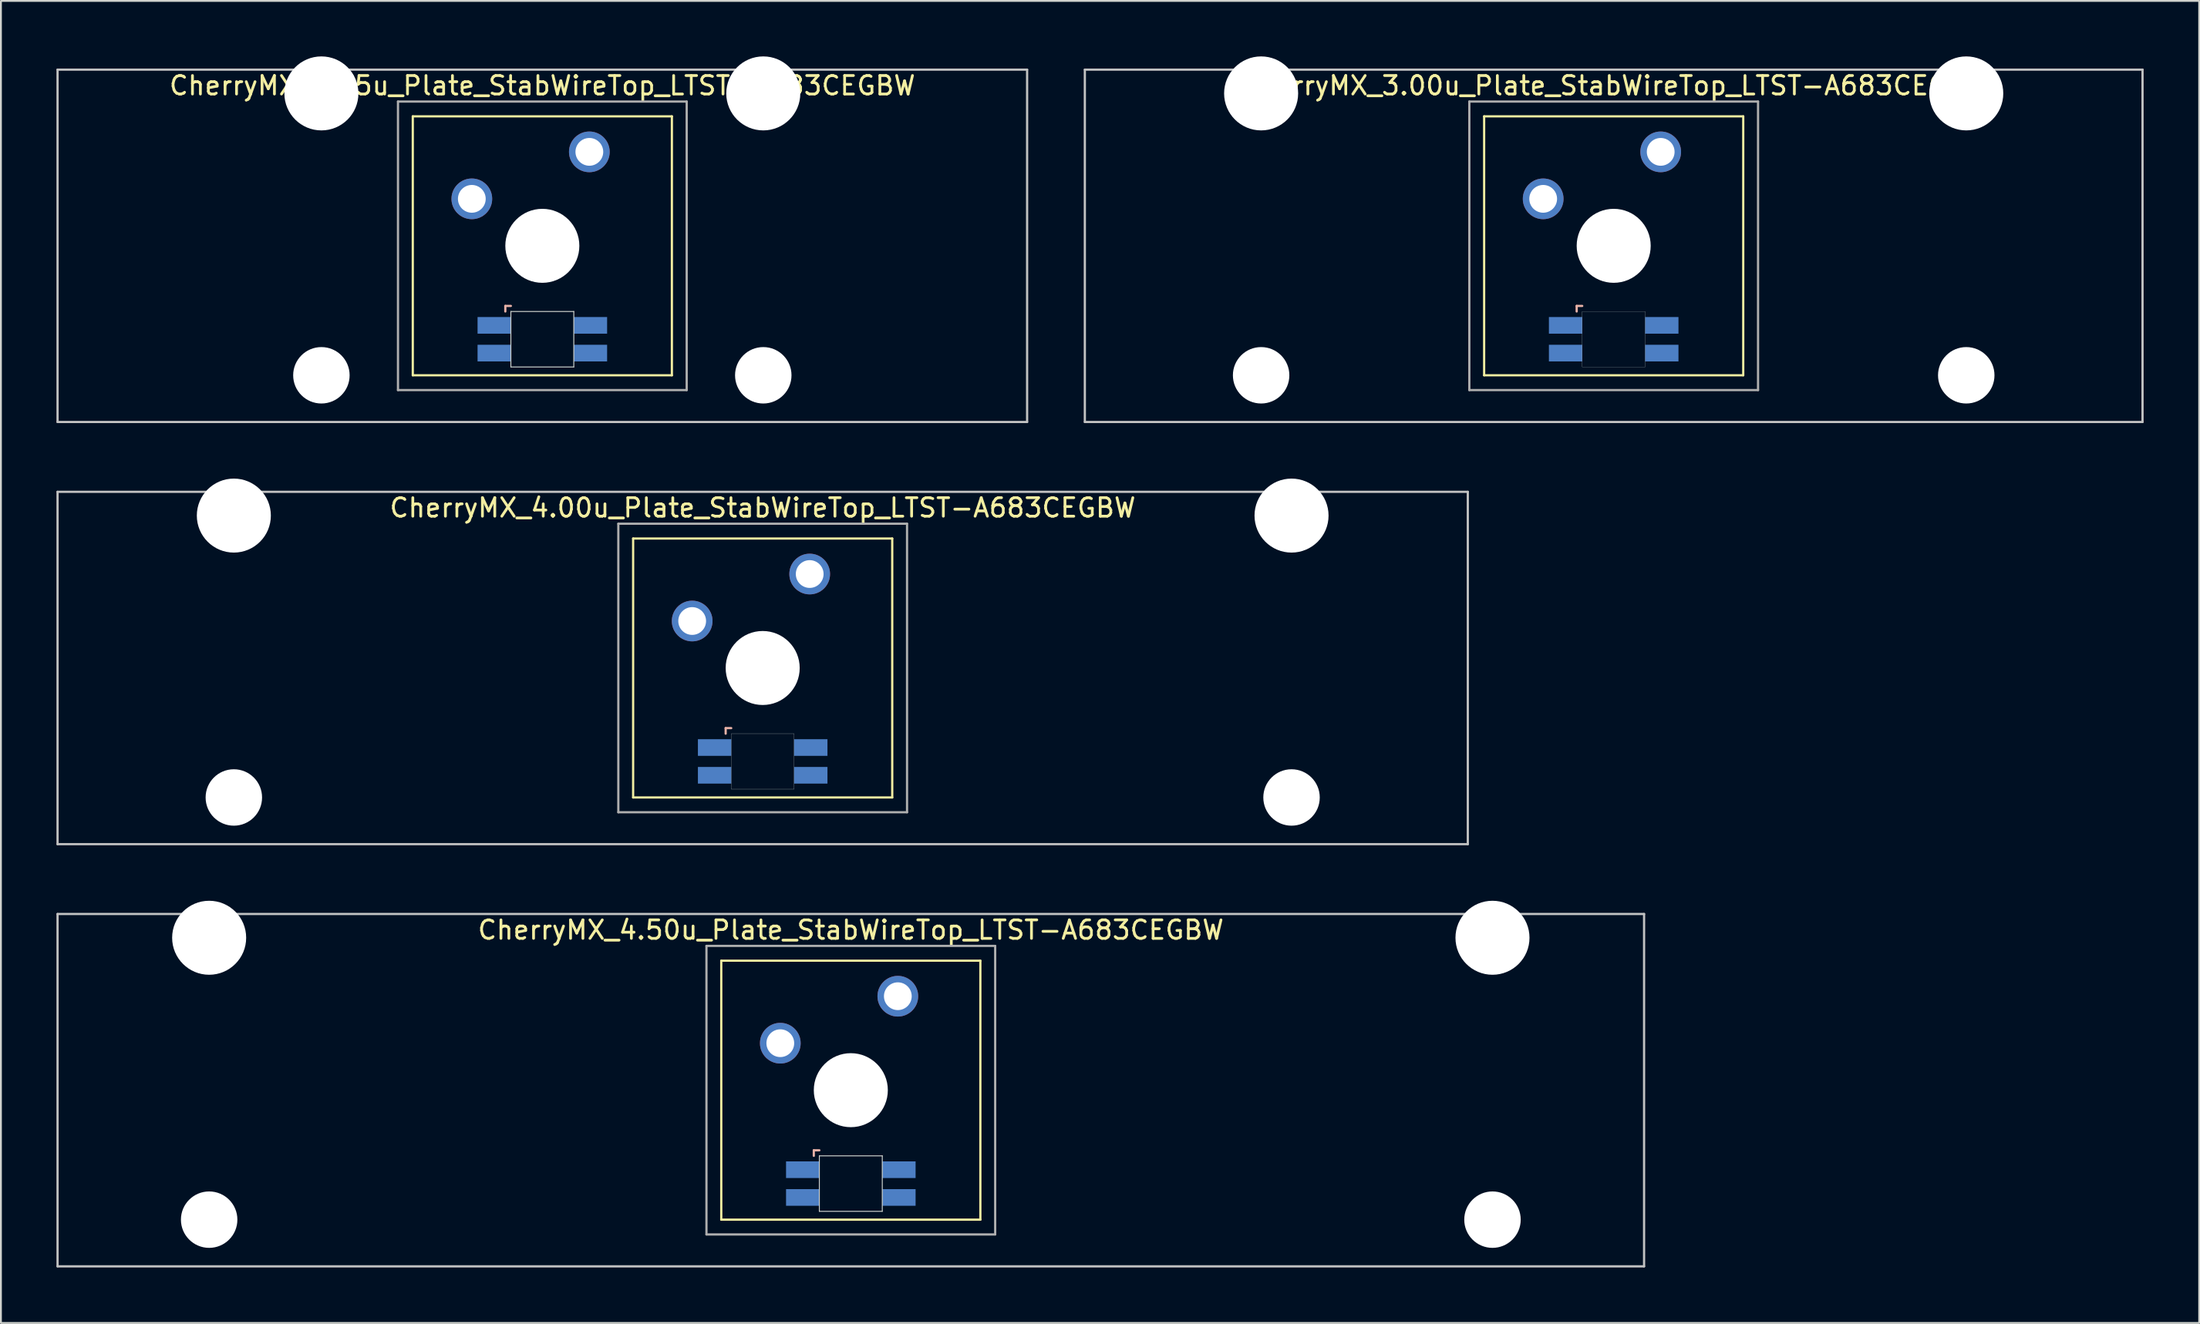
<source format=kicad_pcb>
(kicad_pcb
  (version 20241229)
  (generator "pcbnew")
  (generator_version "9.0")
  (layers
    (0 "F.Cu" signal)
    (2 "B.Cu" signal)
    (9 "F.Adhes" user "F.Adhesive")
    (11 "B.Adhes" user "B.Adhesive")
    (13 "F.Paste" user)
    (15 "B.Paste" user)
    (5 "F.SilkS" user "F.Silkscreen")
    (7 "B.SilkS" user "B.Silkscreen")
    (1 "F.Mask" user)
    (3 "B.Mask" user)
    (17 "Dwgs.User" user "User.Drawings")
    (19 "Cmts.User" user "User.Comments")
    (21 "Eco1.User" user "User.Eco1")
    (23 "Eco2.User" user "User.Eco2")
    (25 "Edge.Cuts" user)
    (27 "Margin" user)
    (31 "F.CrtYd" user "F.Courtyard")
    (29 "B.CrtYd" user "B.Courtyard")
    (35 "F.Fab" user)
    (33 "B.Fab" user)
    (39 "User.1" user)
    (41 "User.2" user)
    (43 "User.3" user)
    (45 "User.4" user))
  (footprint "CherryMX_2.75u_Plate_StabWireTop_LTST-A683CEGBW"
    (layer "F.Cu")
    (at 26.254 10.24)
    (property "Reference" "CherryMX_2.75u_Plate_StabWireTop_LTST-A683CEGBW" (at 0 -8.662 0) (layer "F.SilkS") (effects (font (size 1 1) (thickness 0.15))))
    (attr through_hole)
    (fp_line (start -7 -7) (end -7 7) (stroke (width 0.12) (type solid)) (layer "F.SilkS"))
    (fp_line (start -7 -7) (end 7 -7) (stroke (width 0.12) (type solid)) (layer "F.SilkS"))
    (fp_line (start 7 -7) (end 7 7) (stroke (width 0.12) (type solid)) (layer "F.SilkS"))
    (fp_line (start 7 7) (end -7 7) (stroke (width 0.12) (type solid)) (layer "F.SilkS"))
    (fp_line (start -2 3.25) (end -2 3.55) (stroke (width 0.12) (type solid)) (layer "B.SilkS"))
    (fp_line (start -1.7 3.25) (end -2 3.25) (stroke (width 0.12) (type solid)) (layer "B.SilkS"))
    (fp_line (start -26.194 -9.525) (end 26.194 -9.525) (stroke (width 0.12) (type solid)) (layer "Dwgs.User"))
    (fp_line (start -26.194 9.525) (end -26.194 -9.525) (stroke (width 0.12) (type solid)) (layer "Dwgs.User"))
    (fp_line (start 26.194 -9.525) (end 26.194 9.525) (stroke (width 0.12) (type solid)) (layer "Dwgs.User"))
    (fp_line (start 26.194 9.525) (end -26.194 9.525) (stroke (width 0.12) (type solid)) (layer "Dwgs.User"))
    (fp_line (start -1.7 3.55) (end 1.7 3.55) (stroke (width 0.05) (type solid)) (layer "Edge.Cuts"))
    (fp_line (start -1.7 6.55) (end -1.7 3.55) (stroke (width 0.05) (type solid)) (layer "Edge.Cuts"))
    (fp_line (start 1.7 3.55) (end 1.7 6.55) (stroke (width 0.05) (type solid)) (layer "Edge.Cuts"))
    (fp_line (start 1.7 6.55) (end -1.7 6.55) (stroke (width 0.05) (type solid)) (layer "Edge.Cuts"))
    (fp_line (start -7.8 -7.8) (end -7.8 7.8) (stroke (width 0.12) (type solid)) (layer "F.Fab"))
    (fp_line (start -7.8 -7.8) (end 7.8 -7.8) (stroke (width 0.12) (type solid)) (layer "F.Fab"))
    (fp_line (start -7.8 7.8) (end 7.8 7.8) (stroke (width 0.12) (type solid)) (layer "F.Fab"))
    (fp_line (start 7.8 -7.8) (end 7.8 7.8) (stroke (width 0.12) (type solid)) (layer "F.Fab"))
    (pad "" np_thru_hole circle (at -11.938 -8.24) (size 4 4) (drill 4) (layers "*.Cu" "*.Mask"))
    (pad "" np_thru_hole circle (at -11.938 7) (size 3.05 3.05) (drill 3.05) (layers "*.Cu" "*.Mask"))
    (pad "" np_thru_hole circle (at 0 0) (size 4 4) (drill 4) (layers "*.Cu" "*.Mask"))
    (pad "" np_thru_hole circle (at 11.938 -8.24) (size 4 4) (drill 4) (layers "*.Cu" "*.Mask"))
    (pad "" np_thru_hole circle (at 11.938 7) (size 3.05 3.05) (drill 3.05) (layers "*.Cu" "*.Mask"))
    (pad "1" thru_hole circle (at -3.81 -2.54) (size 2.2 2.2) (drill 1.5) (layers "*.Cu" "*.Mask"))
    (pad "2" thru_hole circle (at 2.54 -5.08) (size 2.2 2.2) (drill 1.5) (layers "*.Cu" "*.Mask"))
    (pad "3" smd rect (at -2.6 4.3) (size 1.8 0.9) (layers "B.Cu" "B.Mask" "B.Paste"))
    (pad "4" smd rect (at -2.6 5.8) (size 1.8 0.9) (layers "B.Cu" "B.Mask" "B.Paste"))
    (pad "5" smd rect (at 2.6 4.3) (size 1.8 0.9) (layers "B.Cu" "B.Mask" "B.Paste"))
    (pad "6" smd rect (at 2.6 5.8) (size 1.8 0.9) (layers "B.Cu" "B.Mask" "B.Paste")))
  (footprint "CherryMX_4.00u_Plate_StabWireTop_LTST-A683CEGBW"
    (layer "F.Cu")
    (at 38.16 33.065)
    (property "Reference" "CherryMX_4.00u_Plate_StabWireTop_LTST-A683CEGBW" (at 0 -8.662 0) (layer "F.SilkS") (effects (font (size 1 1) (thickness 0.15))))
    (attr through_hole)
    (fp_line (start -7 -7) (end -7 7) (stroke (width 0.12) (type solid)) (layer "F.SilkS"))
    (fp_line (start -7 -7) (end 7 -7) (stroke (width 0.12) (type solid)) (layer "F.SilkS"))
    (fp_line (start 7 -7) (end 7 7) (stroke (width 0.12) (type solid)) (layer "F.SilkS"))
    (fp_line (start 7 7) (end -7 7) (stroke (width 0.12) (type solid)) (layer "F.SilkS"))
    (fp_line (start -2 3.25) (end -2 3.55) (stroke (width 0.12) (type solid)) (layer "B.SilkS"))
    (fp_line (start -1.7 3.25) (end -2 3.25) (stroke (width 0.12) (type solid)) (layer "B.SilkS"))
    (fp_line (start -38.1 -9.525) (end 38.1 -9.525) (stroke (width 0.12) (type solid)) (layer "Dwgs.User"))
    (fp_line (start -38.1 9.525) (end -38.1 -9.525) (stroke (width 0.12) (type solid)) (layer "Dwgs.User"))
    (fp_line (start 38.1 -9.525) (end 38.1 9.525) (stroke (width 0.12) (type solid)) (layer "Dwgs.User"))
    (fp_line (start 38.1 9.525) (end -38.1 9.525) (stroke (width 0.12) (type solid)) (layer "Dwgs.User"))
    (fp_poly (pts (xy 1.7 6.55) (xy -1.7 6.55) (xy -1.7 3.55) (xy 1.7 3.55)) (stroke (width 0.01) (type solid)) (fill no) (layer "Edge.Cuts"))
    (fp_line (start -7.8 -7.8) (end -7.8 7.8) (stroke (width 0.12) (type solid)) (layer "F.Fab"))
    (fp_line (start -7.8 -7.8) (end 7.8 -7.8) (stroke (width 0.12) (type solid)) (layer "F.Fab"))
    (fp_line (start -7.8 7.8) (end 7.8 7.8) (stroke (width 0.12) (type solid)) (layer "F.Fab"))
    (fp_line (start 7.8 -7.8) (end 7.8 7.8) (stroke (width 0.12) (type solid)) (layer "F.Fab"))
    (pad "" np_thru_hole circle (at -28.575 -8.24) (size 4 4) (drill 4) (layers "*.Cu" "*.Mask"))
    (pad "" np_thru_hole circle (at -28.575 7) (size 3.05 3.05) (drill 3.05) (layers "*.Cu" "*.Mask"))
    (pad "" np_thru_hole circle (at 0 0) (size 4 4) (drill 4) (layers "*.Cu" "*.Mask"))
    (pad "" np_thru_hole circle (at 28.575 -8.24) (size 4 4) (drill 4) (layers "*.Cu" "*.Mask"))
    (pad "" np_thru_hole circle (at 28.575 7) (size 3.05 3.05) (drill 3.05) (layers "*.Cu" "*.Mask"))
    (pad "1" thru_hole circle (at -3.81 -2.54) (size 2.2 2.2) (drill 1.5) (layers "*.Cu" "*.Mask"))
    (pad "2" thru_hole circle (at 2.54 -5.08) (size 2.2 2.2) (drill 1.5) (layers "*.Cu" "*.Mask"))
    (pad "3" smd rect (at -2.6 4.3) (size 1.8 0.9) (layers "B.Cu" "B.Mask" "B.Paste"))
    (pad "4" smd rect (at -2.6 5.8) (size 1.8 0.9) (layers "B.Cu" "B.Mask" "B.Paste"))
    (pad "5" smd rect (at 2.6 4.3) (size 1.8 0.9) (layers "B.Cu" "B.Mask" "B.Paste"))
    (pad "6" smd rect (at 2.6 5.8) (size 1.8 0.9) (layers "B.Cu" "B.Mask" "B.Paste")))
  (footprint "CherryMX_3.00u_Plate_StabWireTop_LTST-A683CEGBW"
    (layer "F.Cu")
    (at 84.142 10.24)
    (property "Reference" "CherryMX_3.00u_Plate_StabWireTop_LTST-A683CEGBW" (at 0 -8.662 0) (layer "F.SilkS") (effects (font (size 1 1) (thickness 0.15))))
    (attr through_hole)
    (fp_line (start -7 -7) (end -7 7) (stroke (width 0.12) (type solid)) (layer "F.SilkS"))
    (fp_line (start -7 -7) (end 7 -7) (stroke (width 0.12) (type solid)) (layer "F.SilkS"))
    (fp_line (start 7 -7) (end 7 7) (stroke (width 0.12) (type solid)) (layer "F.SilkS"))
    (fp_line (start 7 7) (end -7 7) (stroke (width 0.12) (type solid)) (layer "F.SilkS"))
    (fp_line (start -2 3.25) (end -2 3.55) (stroke (width 0.12) (type solid)) (layer "B.SilkS"))
    (fp_line (start -1.7 3.25) (end -2 3.25) (stroke (width 0.12) (type solid)) (layer "B.SilkS"))
    (fp_line (start -28.575 -9.525) (end 28.575 -9.525) (stroke (width 0.12) (type solid)) (layer "Dwgs.User"))
    (fp_line (start -28.575 9.525) (end -28.575 -9.525) (stroke (width 0.12) (type solid)) (layer "Dwgs.User"))
    (fp_line (start 28.575 -9.525) (end 28.575 9.525) (stroke (width 0.12) (type solid)) (layer "Dwgs.User"))
    (fp_line (start 28.575 9.525) (end -28.575 9.525) (stroke (width 0.12) (type solid)) (layer "Dwgs.User"))
    (fp_poly (pts (xy 1.7 6.55) (xy -1.7 6.55) (xy -1.7 3.55) (xy 1.7 3.55)) (stroke (width 0.01) (type solid)) (fill no) (layer "Edge.Cuts"))
    (fp_line (start -7.8 -7.8) (end -7.8 7.8) (stroke (width 0.12) (type solid)) (layer "F.Fab"))
    (fp_line (start -7.8 -7.8) (end 7.8 -7.8) (stroke (width 0.12) (type solid)) (layer "F.Fab"))
    (fp_line (start -7.8 7.8) (end 7.8 7.8) (stroke (width 0.12) (type solid)) (layer "F.Fab"))
    (fp_line (start 7.8 -7.8) (end 7.8 7.8) (stroke (width 0.12) (type solid)) (layer "F.Fab"))
    (pad "" np_thru_hole circle (at -19.05 -8.24) (size 4 4) (drill 4) (layers "*.Cu" "*.Mask"))
    (pad "" np_thru_hole circle (at -19.05 7) (size 3.05 3.05) (drill 3.05) (layers "*.Cu" "*.Mask"))
    (pad "" np_thru_hole circle (at 0 0) (size 4 4) (drill 4) (layers "*.Cu" "*.Mask"))
    (pad "" np_thru_hole circle (at 19.05 -8.24) (size 4 4) (drill 4) (layers "*.Cu" "*.Mask"))
    (pad "" np_thru_hole circle (at 19.05 7) (size 3.05 3.05) (drill 3.05) (layers "*.Cu" "*.Mask"))
    (pad "1" thru_hole circle (at -3.81 -2.54) (size 2.2 2.2) (drill 1.5) (layers "*.Cu" "*.Mask"))
    (pad "2" thru_hole circle (at 2.54 -5.08) (size 2.2 2.2) (drill 1.5) (layers "*.Cu" "*.Mask"))
    (pad "3" smd rect (at -2.6 4.3) (size 1.8 0.9) (layers "B.Cu" "B.Mask" "B.Paste"))
    (pad "4" smd rect (at -2.6 5.8) (size 1.8 0.9) (layers "B.Cu" "B.Mask" "B.Paste"))
    (pad "5" smd rect (at 2.6 4.3) (size 1.8 0.9) (layers "B.Cu" "B.Mask" "B.Paste"))
    (pad "6" smd rect (at 2.6 5.8) (size 1.8 0.9) (layers "B.Cu" "B.Mask" "B.Paste")))
  (footprint "CherryMX_4.50u_Plate_StabWireTop_LTST-A683CEGBW"
    (layer "F.Cu")
    (at 42.922 55.89)
    (property "Reference" "CherryMX_4.50u_Plate_StabWireTop_LTST-A683CEGBW" (at 0 -8.662 0) (layer "F.SilkS") (effects (font (size 1 1) (thickness 0.15))))
    (attr through_hole)
    (fp_line (start -7 -7) (end -7 7) (stroke (width 0.12) (type solid)) (layer "F.SilkS"))
    (fp_line (start -7 -7) (end 7 -7) (stroke (width 0.12) (type solid)) (layer "F.SilkS"))
    (fp_line (start 7 -7) (end 7 7) (stroke (width 0.12) (type solid)) (layer "F.SilkS"))
    (fp_line (start 7 7) (end -7 7) (stroke (width 0.12) (type solid)) (layer "F.SilkS"))
    (fp_line (start -2 3.25) (end -2 3.55) (stroke (width 0.12) (type solid)) (layer "B.SilkS"))
    (fp_line (start -1.7 3.25) (end -2 3.25) (stroke (width 0.12) (type solid)) (layer "B.SilkS"))
    (fp_line (start -42.862 -9.525) (end 42.862 -9.525) (stroke (width 0.12) (type solid)) (layer "Dwgs.User"))
    (fp_line (start -42.862 9.525) (end -42.862 -9.525) (stroke (width 0.12) (type solid)) (layer "Dwgs.User"))
    (fp_line (start 42.862 -9.525) (end 42.862 9.525) (stroke (width 0.12) (type solid)) (layer "Dwgs.User"))
    (fp_line (start 42.862 9.525) (end -42.862 9.525) (stroke (width 0.12) (type solid)) (layer "Dwgs.User"))
    (fp_line (start -1.7 3.55) (end 1.7 3.55) (stroke (width 0.05) (type solid)) (layer "Edge.Cuts"))
    (fp_line (start -1.7 6.55) (end -1.7 3.55) (stroke (width 0.05) (type solid)) (layer "Edge.Cuts"))
    (fp_line (start 1.7 3.55) (end 1.7 6.55) (stroke (width 0.05) (type solid)) (layer "Edge.Cuts"))
    (fp_line (start 1.7 6.55) (end -1.7 6.55) (stroke (width 0.05) (type solid)) (layer "Edge.Cuts"))
    (fp_line (start -7.8 -7.8) (end -7.8 7.8) (stroke (width 0.12) (type solid)) (layer "F.Fab"))
    (fp_line (start -7.8 -7.8) (end 7.8 -7.8) (stroke (width 0.12) (type solid)) (layer "F.Fab"))
    (fp_line (start -7.8 7.8) (end 7.8 7.8) (stroke (width 0.12) (type solid)) (layer "F.Fab"))
    (fp_line (start 7.8 -7.8) (end 7.8 7.8) (stroke (width 0.12) (type solid)) (layer "F.Fab"))
    (pad "" np_thru_hole circle (at -34.671 -8.24) (size 4 4) (drill 4) (layers "*.Cu" "*.Mask"))
    (pad "" np_thru_hole circle (at -34.671 7) (size 3.05 3.05) (drill 3.05) (layers "*.Cu" "*.Mask"))
    (pad "" np_thru_hole circle (at 0 0) (size 4 4) (drill 4) (layers "*.Cu" "*.Mask"))
    (pad "" np_thru_hole circle (at 34.671 -8.24) (size 4 4) (drill 4) (layers "*.Cu" "*.Mask"))
    (pad "" np_thru_hole circle (at 34.671 7) (size 3.05 3.05) (drill 3.05) (layers "*.Cu" "*.Mask"))
    (pad "1" thru_hole circle (at -3.81 -2.54) (size 2.2 2.2) (drill 1.5) (layers "*.Cu" "*.Mask"))
    (pad "2" thru_hole circle (at 2.54 -5.08) (size 2.2 2.2) (drill 1.5) (layers "*.Cu" "*.Mask"))
    (pad "3" smd rect (at -2.6 4.3) (size 1.8 0.9) (layers "B.Cu" "B.Mask" "B.Paste"))
    (pad "4" smd rect (at -2.6 5.8) (size 1.8 0.9) (layers "B.Cu" "B.Mask" "B.Paste"))
    (pad "5" smd rect (at 2.6 4.3) (size 1.8 0.9) (layers "B.Cu" "B.Mask" "B.Paste"))
    (pad "6" smd rect (at 2.6 5.8) (size 1.8 0.9) (layers "B.Cu" "B.Mask" "B.Paste")))
  (gr_rect
    (start -3 -3)
    (end 115.778 68.475)
    (stroke (width 0.1) (type default))
    (fill no)
    (layer "Edge.Cuts")))
</source>
